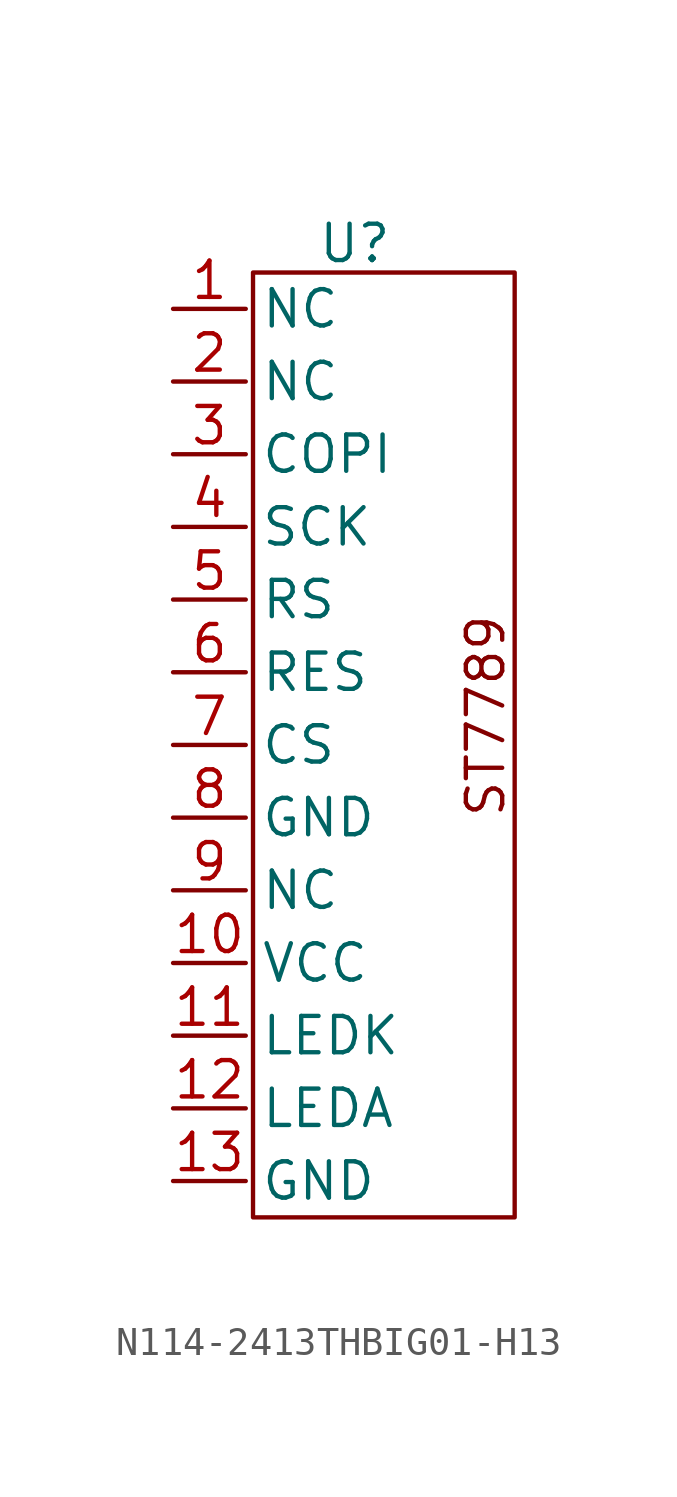
<source format=kicad_sym>
(kicad_symbol_lib
  (version 20241209)
  (generator "kicad_symbol_editor")
  (generator_version "9.0")
  (symbol "N114-2413THBIG01-H13"
    (property "Reference" "U"
      (at 0 1.016 0)
      (effects (font (size 1.27 1.27))))
    (property "Value" ""
      (at 0 0 0)
      (effects (font (size 1.27 1.27))))
    (symbol "N114-2413THBIG01-H13_0_1"
      (rectangle (start -3.556 0) (end 5.588 -33.02) (stroke (width 0) (type default)) (fill (type none))))
    (symbol "N114-2413THBIG01-H13_1_1"
      (text "ST7789" (at 4.572 -15.494 900) (effects (font (size 1.27 1.27))))
      (pin input line (at -6.35 -1.27 0) (length 2.54) (name "NC" (effects (font (size 1.27 1.27)))) (number "1" (effects (font (size 1.27 1.27)))))
      (pin input line (at -6.35 -3.81 0) (length 2.54) (name "NC" (effects (font (size 1.27 1.27)))) (number "2" (effects (font (size 1.27 1.27)))))
      (pin input line (at -6.35 -6.35 0) (length 2.54) (name "COPI" (effects (font (size 1.27 1.27)))) (number "3" (effects (font (size 1.27 1.27)))))
      (pin input line (at -6.35 -8.89 0) (length 2.54) (name "SCK" (effects (font (size 1.27 1.27)))) (number "4" (effects (font (size 1.27 1.27)))))
      (pin input line (at -6.35 -11.43 0) (length 2.54) (name "RS" (effects (font (size 1.27 1.27)))) (number "5" (effects (font (size 1.27 1.27)))))
      (pin input line (at -6.35 -13.97 0) (length 2.54) (name "RES" (effects (font (size 1.27 1.27)))) (number "6" (effects (font (size 1.27 1.27)))))
      (pin input line (at -6.35 -16.51 0) (length 2.54) (name "CS" (effects (font (size 1.27 1.27)))) (number "7" (effects (font (size 1.27 1.27)))))
      (pin input line (at -6.35 -19.05 0) (length 2.54) (name "GND" (effects (font (size 1.27 1.27)))) (number "8" (effects (font (size 1.27 1.27)))))
      (pin input line (at -6.35 -21.59 0) (length 2.54) (name "NC" (effects (font (size 1.27 1.27)))) (number "9" (effects (font (size 1.27 1.27)))))
      (pin input line (at -6.35 -24.13 0) (length 2.54) (name "VCC" (effects (font (size 1.27 1.27)))) (number "10" (effects (font (size 1.27 1.27)))))
      (pin input line (at -6.35 -26.67 0) (length 2.54) (name "LEDK" (effects (font (size 1.27 1.27)))) (number "11" (effects (font (size 1.27 1.27)))))
      (pin input line (at -6.35 -29.21 0) (length 2.54) (name "LEDA" (effects (font (size 1.27 1.27)))) (number "12" (effects (font (size 1.27 1.27)))))
      (pin input line (at -6.35 -31.75 0) (length 2.54) (name "GND" (effects (font (size 1.27 1.27)))) (number "13" (effects (font (size 1.27 1.27))))))))
</source>
